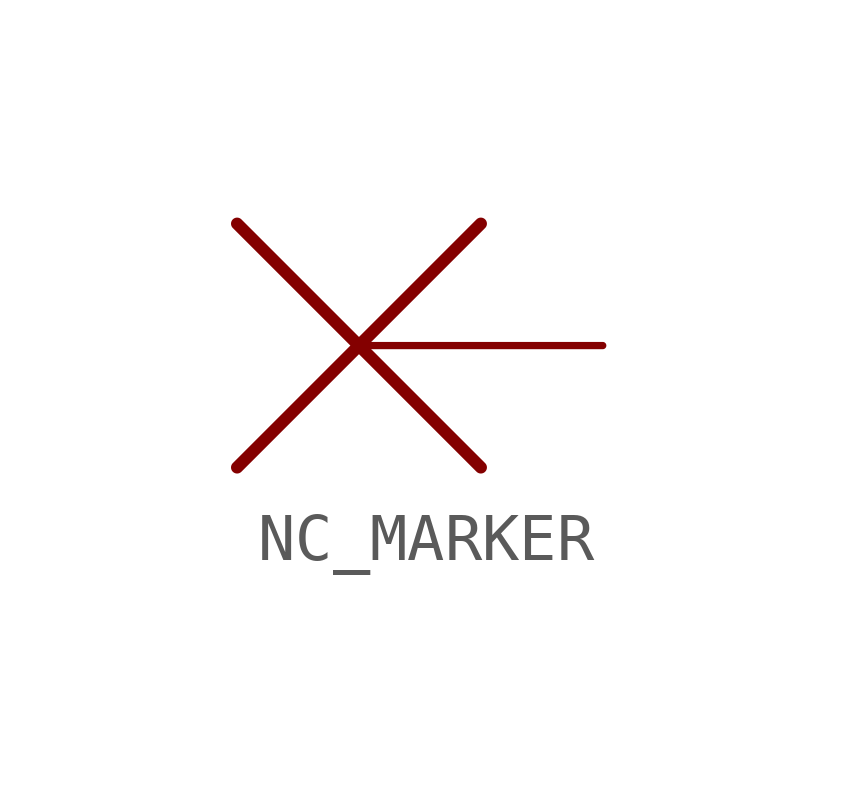
<source format=kicad_sym>
(kicad_symbol_lib
  (version 20220914)
  (generator kicad_symbol_editor)
  (symbol "NC_MARKER"
    (property "Reference" ""
      (at 0 0 0)
      (effects (font (size 1.27 1.27)) hide))
    (property "ki_locked" ""
      (at 0 0 0)
      (effects (font (size 1.27 1.27))))
    (symbol "NC_MARKER_1_0"
      (polyline (pts (xy -2.54 2.54) (xy 2.54 -2.54)) (stroke (width 0.254) (type solid)) (fill (type none)))
      (polyline (pts (xy 2.54 2.54) (xy -2.54 -2.54)) (stroke (width 0.254) (type solid)) (fill (type none)))
      (pin bidirectional line (at 5.08 0 180) (length 5.08) (name "P$1" (effects (font (size 0 0)))) (number "1" (effects (font (size 0 0))))))))
</source>
